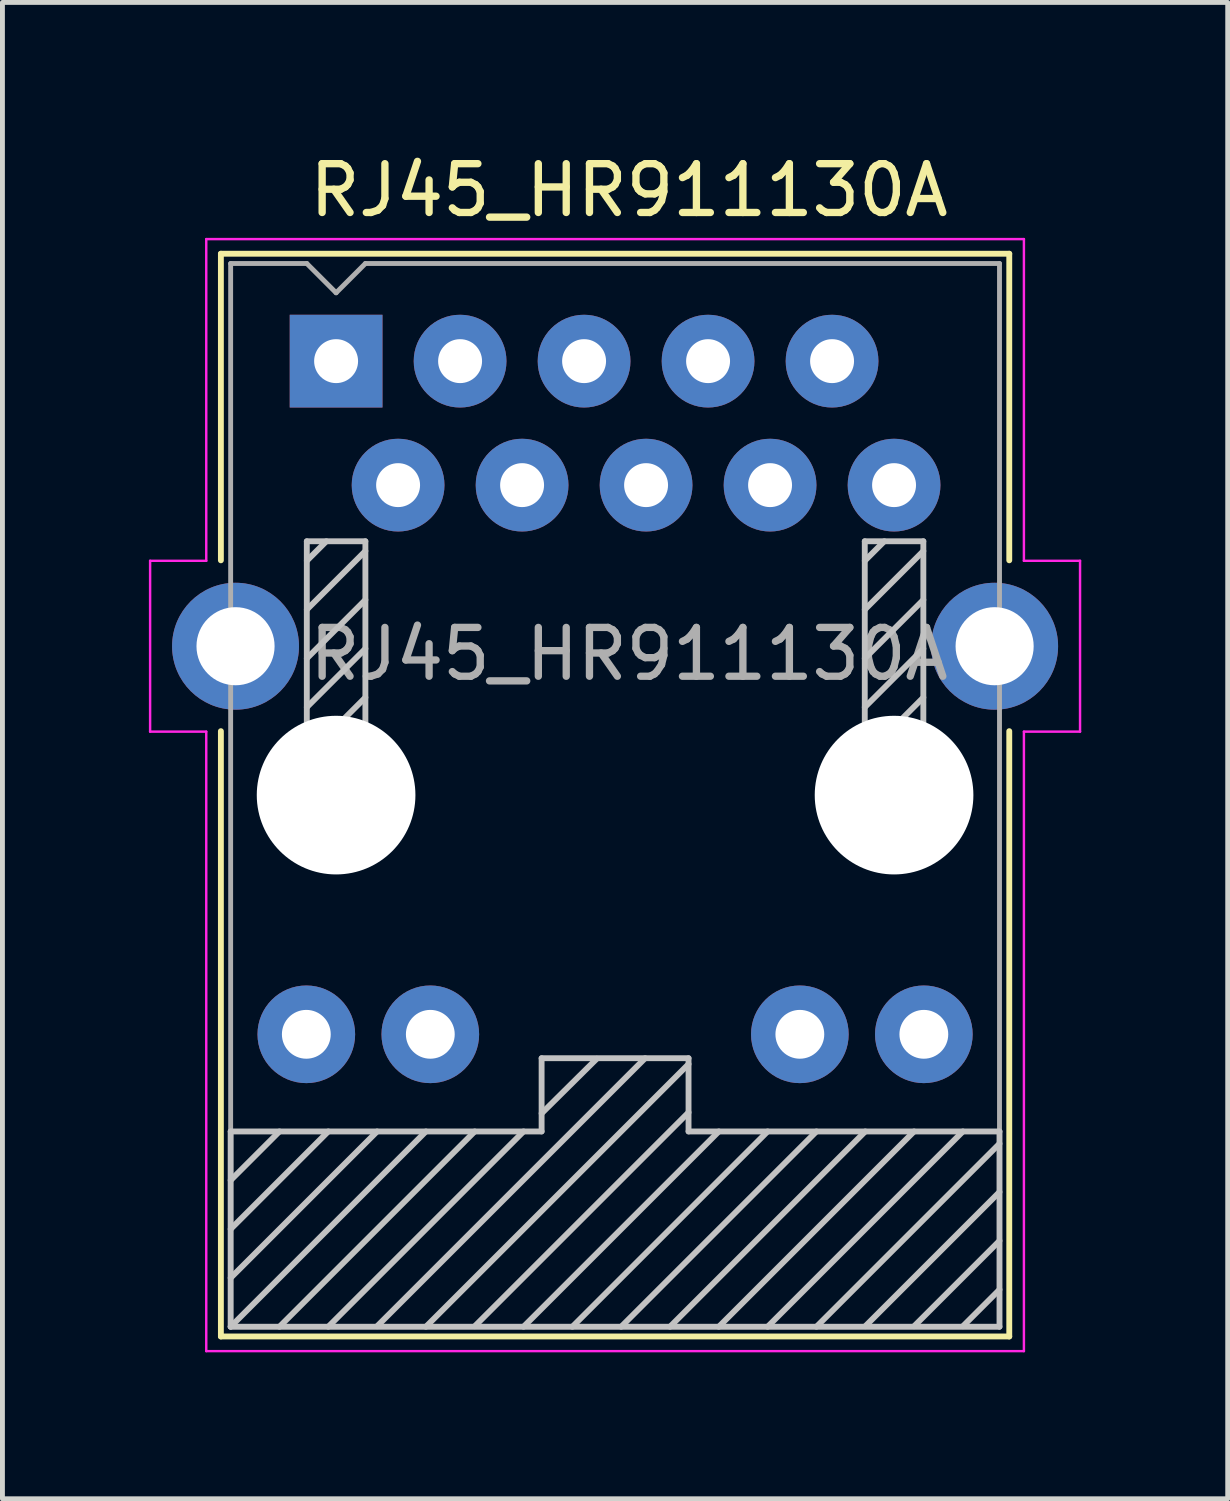
<source format=kicad_pcb>
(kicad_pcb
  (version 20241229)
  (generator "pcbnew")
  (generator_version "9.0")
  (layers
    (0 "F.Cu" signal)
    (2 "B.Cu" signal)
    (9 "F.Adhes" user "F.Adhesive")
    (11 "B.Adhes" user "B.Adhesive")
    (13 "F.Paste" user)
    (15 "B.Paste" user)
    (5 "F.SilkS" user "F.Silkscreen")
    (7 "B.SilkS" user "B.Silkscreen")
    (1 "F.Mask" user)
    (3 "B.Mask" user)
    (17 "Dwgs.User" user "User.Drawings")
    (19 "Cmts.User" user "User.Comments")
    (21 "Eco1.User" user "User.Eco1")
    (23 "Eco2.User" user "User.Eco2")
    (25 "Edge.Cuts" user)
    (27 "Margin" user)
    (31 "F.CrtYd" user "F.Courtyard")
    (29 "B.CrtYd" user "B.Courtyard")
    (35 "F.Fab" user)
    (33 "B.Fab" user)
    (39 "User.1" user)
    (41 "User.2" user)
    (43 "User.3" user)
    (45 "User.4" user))
  (footprint "RJ45_HR911130A"
    (layer "F.Cu")
    (at 3.835 4.348)
    (property "Reference" "RJ45_HR911130A" (at 6 -3.5 0) (layer "F.SilkS") (effects (font (size 1 1) (thickness 0.15))))
    (attr through_hole)
    (fp_line (start -2.36 -2.2) (end 13.79 -2.2) (stroke (width 0.12) (type solid)) (layer "F.SilkS"))
    (fp_line (start -2.36 4.08) (end -2.36 -2.2) (stroke (width 0.12) (type solid)) (layer "F.SilkS"))
    (fp_line (start -2.36 19.98) (end -2.36 7.58) (stroke (width 0.12) (type solid)) (layer "F.SilkS"))
    (fp_line (start 13.79 4.08) (end 13.79 -2.2) (stroke (width 0.12) (type solid)) (layer "F.SilkS"))
    (fp_line (start 13.79 19.98) (end -2.36 19.98) (stroke (width 0.12) (type solid)) (layer "F.SilkS"))
    (fp_line (start 13.79 19.98) (end 13.79 7.58) (stroke (width 0.12) (type solid)) (layer "F.SilkS"))
    (fp_line (start -2.16 15.78) (end 4.21 15.78) (stroke (width 0.12) (type solid)) (layer "Dwgs.User"))
    (fp_line (start -2.16 16.78) (end -1.16 15.78) (stroke (width 0.12) (type solid)) (layer "Dwgs.User"))
    (fp_line (start -2.16 17.78) (end -0.16 15.78) (stroke (width 0.12) (type solid)) (layer "Dwgs.User"))
    (fp_line (start -2.16 18.78) (end 0.84 15.78) (stroke (width 0.12) (type solid)) (layer "Dwgs.User"))
    (fp_line (start -2.16 19.78) (end -2.16 15.78) (stroke (width 0.12) (type solid)) (layer "Dwgs.User"))
    (fp_line (start -2.16 19.78) (end 1.84 15.78) (stroke (width 0.12) (type solid)) (layer "Dwgs.User"))
    (fp_line (start -1.16 19.78) (end 2.84 15.78) (stroke (width 0.12) (type solid)) (layer "Dwgs.User"))
    (fp_line (start -0.6 3.69) (end -0.6 9.09) (stroke (width 0.12) (type solid)) (layer "Dwgs.User"))
    (fp_line (start -0.6 4.09) (end -0.2 3.69) (stroke (width 0.12) (type solid)) (layer "Dwgs.User"))
    (fp_line (start -0.6 5.09) (end 0.6 3.89) (stroke (width 0.12) (type solid)) (layer "Dwgs.User"))
    (fp_line (start -0.6 6.09) (end 0.6 4.89) (stroke (width 0.12) (type solid)) (layer "Dwgs.User"))
    (fp_line (start -0.6 7.09) (end 0.6 5.89) (stroke (width 0.12) (type solid)) (layer "Dwgs.User"))
    (fp_line (start -0.6 8.09) (end 0.6 6.89) (stroke (width 0.12) (type solid)) (layer "Dwgs.User"))
    (fp_line (start -0.6 9.09) (end 0.6 7.89) (stroke (width 0.12) (type solid)) (layer "Dwgs.User"))
    (fp_line (start -0.6 9.09) (end 0.6 9.09) (stroke (width 0.12) (type solid)) (layer "Dwgs.User"))
    (fp_line (start -0.16 19.78) (end 3.84 15.78) (stroke (width 0.12) (type solid)) (layer "Dwgs.User"))
    (fp_line (start 0.6 3.69) (end -0.6 3.69) (stroke (width 0.12) (type solid)) (layer "Dwgs.User"))
    (fp_line (start 0.6 9.09) (end 0.6 3.69) (stroke (width 0.12) (type solid)) (layer "Dwgs.User"))
    (fp_line (start 0.84 19.77) (end 6.33 14.28) (stroke (width 0.12) (type solid)) (layer "Dwgs.User"))
    (fp_line (start 1.84 19.78) (end 7.22 14.4) (stroke (width 0.12) (type solid)) (layer "Dwgs.User"))
    (fp_line (start 2.84 19.77) (end 7.22 15.39) (stroke (width 0.12) (type solid)) (layer "Dwgs.User"))
    (fp_line (start 3.84 19.78) (end 7.84 15.78) (stroke (width 0.12) (type solid)) (layer "Dwgs.User"))
    (fp_line (start 4.21 14.28) (end 7.22 14.28) (stroke (width 0.12) (type solid)) (layer "Dwgs.User"))
    (fp_line (start 4.21 15.41) (end 5.34 14.29) (stroke (width 0.12) (type solid)) (layer "Dwgs.User"))
    (fp_line (start 4.21 15.78) (end 4.21 14.28) (stroke (width 0.12) (type solid)) (layer "Dwgs.User"))
    (fp_line (start 4.84 19.78) (end 8.84 15.78) (stroke (width 0.12) (type solid)) (layer "Dwgs.User"))
    (fp_line (start 5.84 19.78) (end 9.84 15.78) (stroke (width 0.12) (type solid)) (layer "Dwgs.User"))
    (fp_line (start 6.84 19.78) (end 10.84 15.78) (stroke (width 0.12) (type solid)) (layer "Dwgs.User"))
    (fp_line (start 7.22 14.28) (end 7.22 15.78) (stroke (width 0.12) (type solid)) (layer "Dwgs.User"))
    (fp_line (start 7.22 15.78) (end 13.59 15.78) (stroke (width 0.12) (type solid)) (layer "Dwgs.User"))
    (fp_line (start 7.84 19.78) (end 11.84 15.78) (stroke (width 0.12) (type solid)) (layer "Dwgs.User"))
    (fp_line (start 8.84 19.78) (end 12.84 15.78) (stroke (width 0.12) (type solid)) (layer "Dwgs.User"))
    (fp_line (start 9.84 19.78) (end 13.59 16.03) (stroke (width 0.12) (type solid)) (layer "Dwgs.User"))
    (fp_line (start 10.83 3.69) (end 10.83 9.09) (stroke (width 0.12) (type solid)) (layer "Dwgs.User"))
    (fp_line (start 10.83 4.09) (end 11.23 3.69) (stroke (width 0.12) (type solid)) (layer "Dwgs.User"))
    (fp_line (start 10.83 5.09) (end 12.03 3.89) (stroke (width 0.12) (type solid)) (layer "Dwgs.User"))
    (fp_line (start 10.83 6.09) (end 12.03 4.89) (stroke (width 0.12) (type solid)) (layer "Dwgs.User"))
    (fp_line (start 10.83 7.09) (end 12.03 5.89) (stroke (width 0.12) (type solid)) (layer "Dwgs.User"))
    (fp_line (start 10.83 8.09) (end 12.03 6.89) (stroke (width 0.12) (type solid)) (layer "Dwgs.User"))
    (fp_line (start 10.83 9.09) (end 12.03 7.89) (stroke (width 0.12) (type solid)) (layer "Dwgs.User"))
    (fp_line (start 10.83 9.09) (end 12.03 9.09) (stroke (width 0.12) (type solid)) (layer "Dwgs.User"))
    (fp_line (start 10.84 19.77) (end 13.59 17.02) (stroke (width 0.12) (type solid)) (layer "Dwgs.User"))
    (fp_line (start 11.84 19.77) (end 13.59 18.02) (stroke (width 0.12) (type solid)) (layer "Dwgs.User"))
    (fp_line (start 12.03 3.69) (end 10.83 3.69) (stroke (width 0.12) (type solid)) (layer "Dwgs.User"))
    (fp_line (start 12.03 9.09) (end 12.03 3.69) (stroke (width 0.12) (type solid)) (layer "Dwgs.User"))
    (fp_line (start 12.84 19.77) (end 13.59 19.02) (stroke (width 0.12) (type solid)) (layer "Dwgs.User"))
    (fp_line (start 13.59 15.78) (end 13.59 19.78) (stroke (width 0.12) (type solid)) (layer "Dwgs.User"))
    (fp_line (start 13.59 19.78) (end -2.16 19.78) (stroke (width 0.12) (type solid)) (layer "Dwgs.User"))
    (fp_line (start -3.81 4.09) (end -3.81 7.59) (stroke (width 0.05) (type solid)) (layer "F.CrtYd"))
    (fp_line (start -3.81 7.59) (end -2.66 7.59) (stroke (width 0.05) (type solid)) (layer "F.CrtYd"))
    (fp_line (start -2.66 -2.5) (end 14.09 -2.5) (stroke (width 0.05) (type solid)) (layer "F.CrtYd"))
    (fp_line (start -2.66 4.09) (end -3.81 4.09) (stroke (width 0.05) (type solid)) (layer "F.CrtYd"))
    (fp_line (start -2.66 4.09) (end -2.66 -2.5) (stroke (width 0.05) (type solid)) (layer "F.CrtYd"))
    (fp_line (start -2.66 7.59) (end -2.66 20.28) (stroke (width 0.05) (type solid)) (layer "F.CrtYd"))
    (fp_line (start 14.09 -2.5) (end 14.09 4.09) (stroke (width 0.05) (type solid)) (layer "F.CrtYd"))
    (fp_line (start 14.09 4.09) (end 15.24 4.09) (stroke (width 0.05) (type solid)) (layer "F.CrtYd"))
    (fp_line (start 14.09 7.59) (end 14.09 20.28) (stroke (width 0.05) (type solid)) (layer "F.CrtYd"))
    (fp_line (start 14.09 20.28) (end -2.66 20.28) (stroke (width 0.05) (type solid)) (layer "F.CrtYd"))
    (fp_line (start 15.24 4.09) (end 15.24 7.59) (stroke (width 0.05) (type solid)) (layer "F.CrtYd"))
    (fp_line (start 15.24 7.59) (end 14.09 7.59) (stroke (width 0.05) (type solid)) (layer "F.CrtYd"))
    (fp_line (start -2.16 19.78) (end -2.16 -2) (stroke (width 0.1) (type solid)) (layer "F.Fab"))
    (fp_line (start -0.6 -2) (end -2.16 -2) (stroke (width 0.1) (type solid)) (layer "F.Fab"))
    (fp_line (start 0 -1.4) (end -0.6 -2) (stroke (width 0.1) (type solid)) (layer "F.Fab"))
    (fp_line (start 0 -1.4) (end 0.6 -2) (stroke (width 0.1) (type solid)) (layer "F.Fab"))
    (fp_line (start 0.6 -2) (end 13.59 -2) (stroke (width 0.1) (type solid)) (layer "F.Fab"))
    (fp_line (start 13.59 -2) (end 13.59 19.78) (stroke (width 0.1) (type solid)) (layer "F.Fab"))
    (fp_line (start 13.59 19.78) (end -2.16 19.78) (stroke (width 0.1) (type solid)) (layer "F.Fab"))
    (fp_text user "${REFERENCE}" (at 6 6 0) (layer "F.Fab") (effects (font (size 1 1) (thickness 0.15))))
    (pad "" np_thru_hole circle (at 0 8.89) (size 3.25 3.25) (drill 3.25) (layers "*.Cu" "*.Mask"))
    (pad "" np_thru_hole circle (at 11.43 8.89) (size 3.25 3.25) (drill 3.25) (layers "*.Cu" "*.Mask"))
    (pad "L1" thru_hole circle (at -0.61 13.79) (size 2 2) (drill 1) (layers "*.Cu" "*.Mask"))
    (pad "L2" thru_hole circle (at 1.93 13.79) (size 2 2) (drill 1) (layers "*.Cu" "*.Mask"))
    (pad "L3" thru_hole circle (at 12.04 13.79) (size 2 2) (drill 1) (layers "*.Cu" "*.Mask"))
    (pad "L4" thru_hole circle (at 9.5 13.79) (size 2 2) (drill 1) (layers "*.Cu" "*.Mask"))
    (pad "R1" thru_hole rect (at 0 0) (size 1.9 1.9) (drill 0.9) (layers "*.Cu" "*.Mask"))
    (pad "R2" thru_hole circle (at 1.27 2.54) (size 1.9 1.9) (drill 0.9) (layers "*.Cu" "*.Mask"))
    (pad "R3" thru_hole circle (at 2.54 0) (size 1.9 1.9) (drill 0.9) (layers "*.Cu" "*.Mask"))
    (pad "R4" thru_hole circle (at 3.81 2.54) (size 1.9 1.9) (drill 0.9) (layers "*.Cu" "*.Mask"))
    (pad "R5" thru_hole circle (at 5.08 0) (size 1.9 1.9) (drill 0.9) (layers "*.Cu" "*.Mask"))
    (pad "R6" thru_hole circle (at 6.35 2.54) (size 1.9 1.9) (drill 0.9) (layers "*.Cu" "*.Mask"))
    (pad "R7" thru_hole circle (at 7.62 0) (size 1.9 1.9) (drill 0.9) (layers "*.Cu" "*.Mask"))
    (pad "R8" thru_hole circle (at 8.89 2.54) (size 1.9 1.9) (drill 0.9) (layers "*.Cu" "*.Mask"))
    (pad "R9" thru_hole circle (at 10.16 0) (size 1.9 1.9) (drill 0.9) (layers "*.Cu" "*.Mask"))
    (pad "R10" thru_hole circle (at 11.43 2.54) (size 1.9 1.9) (drill 0.9) (layers "*.Cu" "*.Mask"))
    (pad "SH" thru_hole circle (at -2.06 5.84) (size 2.6 2.6) (drill 1.6) (layers "*.Cu" "*.Mask"))
    (pad "SH" thru_hole circle (at 13.49 5.84) (size 2.6 2.6) (drill 1.6) (layers "*.Cu" "*.Mask")))
  (gr_rect
    (start -3 -3)
    (end 22.1 27.653)
    (stroke (width 0.1) (type default))
    (fill no)
    (layer "Edge.Cuts")))
</source>
